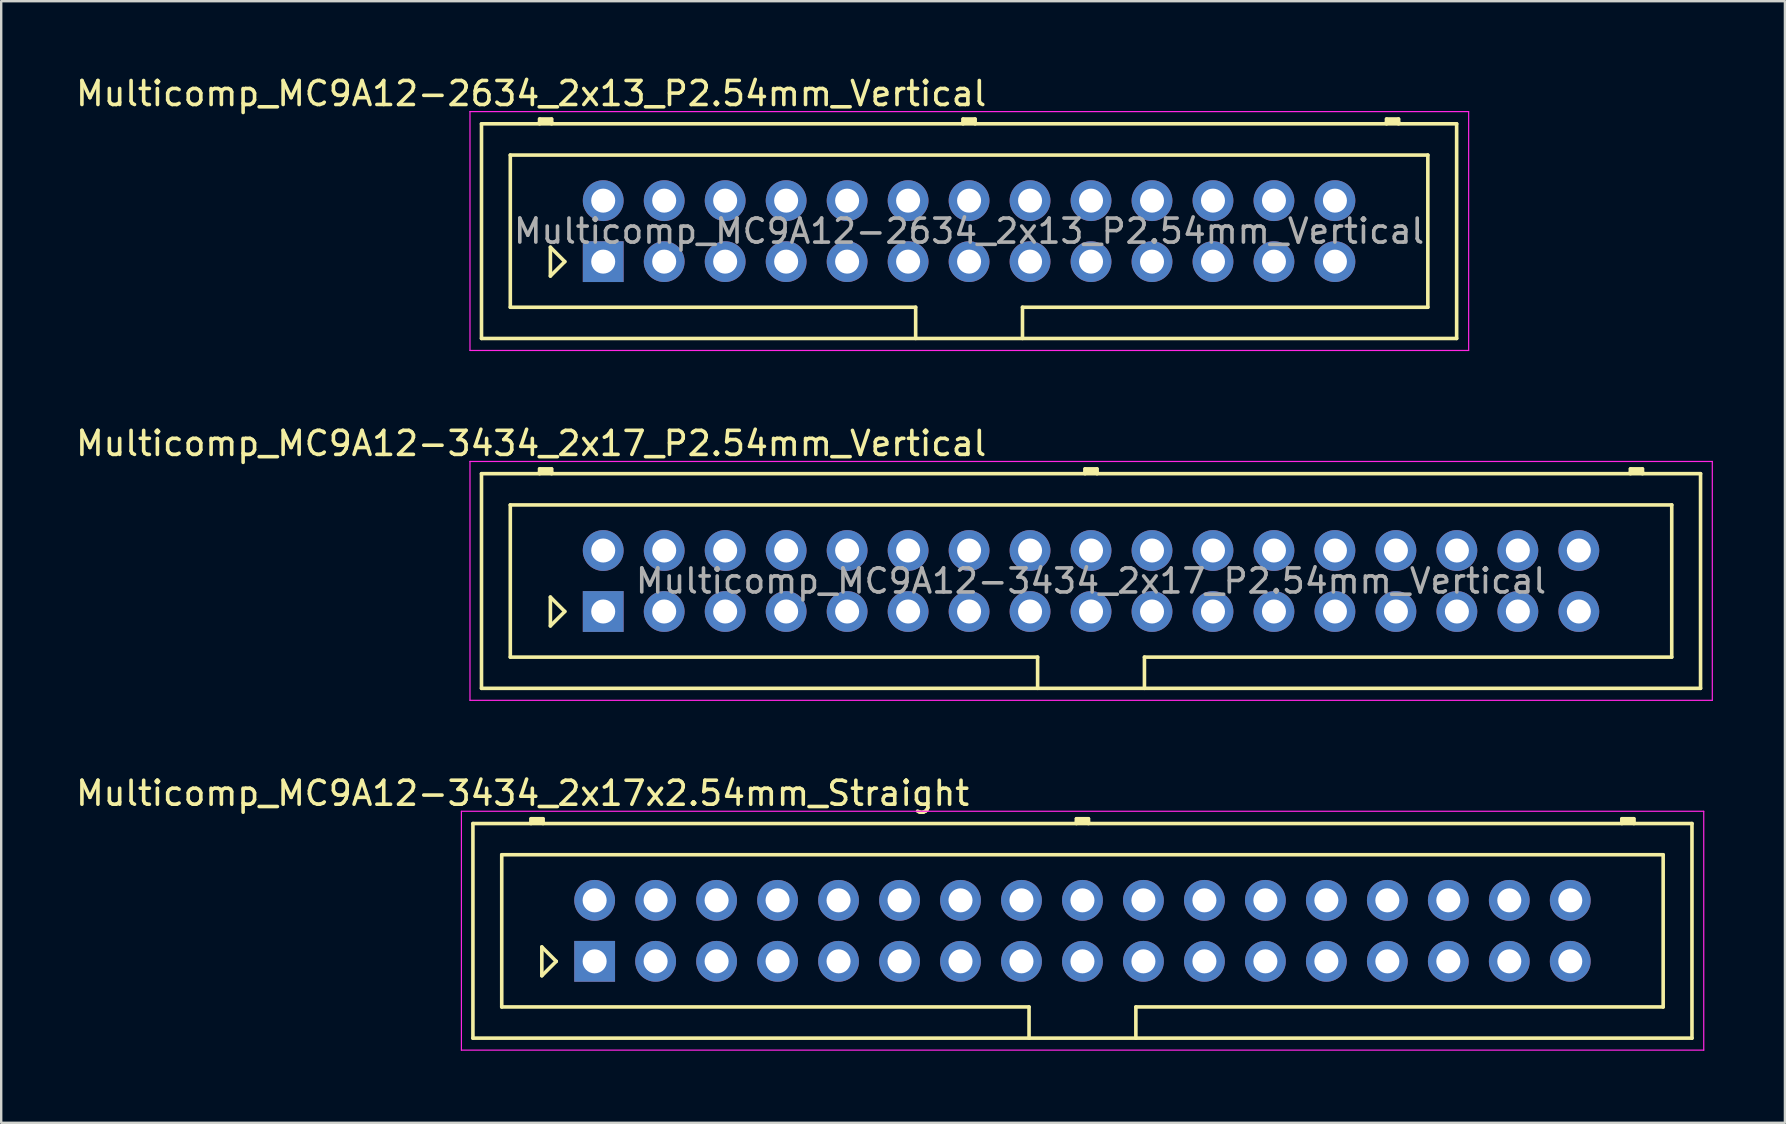
<source format=kicad_pcb>
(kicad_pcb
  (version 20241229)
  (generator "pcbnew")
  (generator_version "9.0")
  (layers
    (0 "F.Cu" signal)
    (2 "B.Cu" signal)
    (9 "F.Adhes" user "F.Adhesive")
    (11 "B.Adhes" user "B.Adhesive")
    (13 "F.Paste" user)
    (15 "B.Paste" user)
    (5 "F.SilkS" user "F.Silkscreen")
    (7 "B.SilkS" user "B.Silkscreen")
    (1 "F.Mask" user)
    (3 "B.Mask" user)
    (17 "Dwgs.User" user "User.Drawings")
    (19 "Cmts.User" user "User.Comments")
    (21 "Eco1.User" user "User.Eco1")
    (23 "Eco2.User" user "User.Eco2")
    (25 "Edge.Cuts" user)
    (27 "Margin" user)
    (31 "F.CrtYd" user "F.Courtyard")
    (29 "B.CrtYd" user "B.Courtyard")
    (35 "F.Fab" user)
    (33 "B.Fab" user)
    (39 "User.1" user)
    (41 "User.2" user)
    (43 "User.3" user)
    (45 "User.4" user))
  (footprint "Multicomp_MC9A12-2634_2x13_P2.54mm_Vertical"
    (layer "F.Cu")
    (at 22.077 7.848)
    (property "Reference" "Multicomp_MC9A12-2634_2x13_P2.54mm_Vertical" (at -3 -7 0) (layer "F.SilkS") (effects (font (size 1 1) (thickness 0.15))))
    (attr through_hole)
    (fp_line (start -5.07 -5.74) (end 35.55 -5.74) (stroke (width 0.15) (type solid)) (layer "F.SilkS"))
    (fp_line (start -5.07 3.2) (end -5.07 -5.74) (stroke (width 0.15) (type solid)) (layer "F.SilkS"))
    (fp_line (start -3.87 -4.44) (end 34.35 -4.44) (stroke (width 0.15) (type solid)) (layer "F.SilkS"))
    (fp_line (start -3.87 1.9) (end -3.87 -4.44) (stroke (width 0.15) (type solid)) (layer "F.SilkS"))
    (fp_line (start -2.65 -5.94) (end -2.15 -5.94) (stroke (width 0.15) (type solid)) (layer "F.SilkS"))
    (fp_line (start -2.65 -5.84) (end -2.15 -5.84) (stroke (width 0.15) (type solid)) (layer "F.SilkS"))
    (fp_line (start -2.65 -5.74) (end -2.65 -5.94) (stroke (width 0.15) (type solid)) (layer "F.SilkS"))
    (fp_line (start -2.2 -0.6) (end -1.6 0) (stroke (width 0.15) (type solid)) (layer "F.SilkS"))
    (fp_line (start -2.2 0.6) (end -2.2 -0.6) (stroke (width 0.15) (type solid)) (layer "F.SilkS"))
    (fp_line (start -2.15 -5.94) (end -2.15 -5.74) (stroke (width 0.15) (type solid)) (layer "F.SilkS"))
    (fp_line (start -1.6 0) (end -2.2 0.6) (stroke (width 0.15) (type solid)) (layer "F.SilkS"))
    (fp_line (start 13.015 1.9) (end -3.87 1.9) (stroke (width 0.15) (type solid)) (layer "F.SilkS"))
    (fp_line (start 13.015 3.2) (end 13.015 1.9) (stroke (width 0.15) (type solid)) (layer "F.SilkS"))
    (fp_line (start 14.99 -5.94) (end 15.49 -5.94) (stroke (width 0.15) (type solid)) (layer "F.SilkS"))
    (fp_line (start 14.99 -5.84) (end 15.49 -5.84) (stroke (width 0.15) (type solid)) (layer "F.SilkS"))
    (fp_line (start 14.99 -5.74) (end 14.99 -5.94) (stroke (width 0.15) (type solid)) (layer "F.SilkS"))
    (fp_line (start 15.49 -5.94) (end 15.49 -5.74) (stroke (width 0.15) (type solid)) (layer "F.SilkS"))
    (fp_line (start 17.465 1.9) (end 17.465 3.2) (stroke (width 0.15) (type solid)) (layer "F.SilkS"))
    (fp_line (start 32.63 -5.94) (end 33.13 -5.94) (stroke (width 0.15) (type solid)) (layer "F.SilkS"))
    (fp_line (start 32.63 -5.84) (end 33.13 -5.84) (stroke (width 0.15) (type solid)) (layer "F.SilkS"))
    (fp_line (start 32.63 -5.74) (end 32.63 -5.94) (stroke (width 0.15) (type solid)) (layer "F.SilkS"))
    (fp_line (start 33.13 -5.94) (end 33.13 -5.74) (stroke (width 0.15) (type solid)) (layer "F.SilkS"))
    (fp_line (start 34.35 -4.44) (end 34.35 1.9) (stroke (width 0.15) (type solid)) (layer "F.SilkS"))
    (fp_line (start 34.35 1.9) (end 17.465 1.9) (stroke (width 0.15) (type solid)) (layer "F.SilkS"))
    (fp_line (start 35.55 -5.74) (end 35.55 3.2) (stroke (width 0.15) (type solid)) (layer "F.SilkS"))
    (fp_line (start 35.55 3.2) (end -5.07 3.2) (stroke (width 0.15) (type solid)) (layer "F.SilkS"))
    (fp_line (start -5.55 -6.25) (end 36.05 -6.25) (stroke (width 0.05) (type solid)) (layer "F.CrtYd"))
    (fp_line (start -5.55 3.7) (end -5.55 -6.25) (stroke (width 0.05) (type solid)) (layer "F.CrtYd"))
    (fp_line (start 36.05 -6.25) (end 36.05 3.7) (stroke (width 0.05) (type solid)) (layer "F.CrtYd"))
    (fp_line (start 36.05 3.7) (end -5.55 3.7) (stroke (width 0.05) (type solid)) (layer "F.CrtYd"))
    (fp_text user "${REFERENCE}" (at 15.24 -1.27 0) (layer "F.Fab") (effects (font (size 1 1) (thickness 0.15))))
    (pad "1" thru_hole rect (at 0 0) (size 1.7 1.7) (drill 1) (layers "*.Cu" "*.Mask"))
    (pad "2" thru_hole circle (at 0 -2.54) (size 1.7 1.7) (drill 1) (layers "*.Cu" "*.Mask"))
    (pad "3" thru_hole circle (at 2.54 0) (size 1.7 1.7) (drill 1) (layers "*.Cu" "*.Mask"))
    (pad "4" thru_hole circle (at 2.54 -2.54) (size 1.7 1.7) (drill 1) (layers "*.Cu" "*.Mask"))
    (pad "5" thru_hole circle (at 5.08 0) (size 1.7 1.7) (drill 1) (layers "*.Cu" "*.Mask"))
    (pad "6" thru_hole circle (at 5.08 -2.54) (size 1.7 1.7) (drill 1) (layers "*.Cu" "*.Mask"))
    (pad "7" thru_hole circle (at 7.62 0) (size 1.7 1.7) (drill 1) (layers "*.Cu" "*.Mask"))
    (pad "8" thru_hole circle (at 7.62 -2.54) (size 1.7 1.7) (drill 1) (layers "*.Cu" "*.Mask"))
    (pad "9" thru_hole circle (at 10.16 0) (size 1.7 1.7) (drill 1) (layers "*.Cu" "*.Mask"))
    (pad "10" thru_hole circle (at 10.16 -2.54) (size 1.7 1.7) (drill 1) (layers "*.Cu" "*.Mask"))
    (pad "11" thru_hole circle (at 12.7 0) (size 1.7 1.7) (drill 1) (layers "*.Cu" "*.Mask"))
    (pad "12" thru_hole circle (at 12.7 -2.54) (size 1.7 1.7) (drill 1) (layers "*.Cu" "*.Mask"))
    (pad "13" thru_hole circle (at 15.24 0) (size 1.7 1.7) (drill 1) (layers "*.Cu" "*.Mask"))
    (pad "14" thru_hole circle (at 15.24 -2.54) (size 1.7 1.7) (drill 1) (layers "*.Cu" "*.Mask"))
    (pad "15" thru_hole circle (at 17.78 0) (size 1.7 1.7) (drill 1) (layers "*.Cu" "*.Mask"))
    (pad "16" thru_hole circle (at 17.78 -2.54) (size 1.7 1.7) (drill 1) (layers "*.Cu" "*.Mask"))
    (pad "17" thru_hole circle (at 20.32 0) (size 1.7 1.7) (drill 1) (layers "*.Cu" "*.Mask"))
    (pad "18" thru_hole circle (at 20.32 -2.54) (size 1.7 1.7) (drill 1) (layers "*.Cu" "*.Mask"))
    (pad "19" thru_hole circle (at 22.86 0) (size 1.7 1.7) (drill 1) (layers "*.Cu" "*.Mask"))
    (pad "20" thru_hole circle (at 22.86 -2.54) (size 1.7 1.7) (drill 1) (layers "*.Cu" "*.Mask"))
    (pad "21" thru_hole circle (at 25.4 0) (size 1.7 1.7) (drill 1) (layers "*.Cu" "*.Mask"))
    (pad "22" thru_hole circle (at 25.4 -2.54) (size 1.7 1.7) (drill 1) (layers "*.Cu" "*.Mask"))
    (pad "23" thru_hole circle (at 27.94 0) (size 1.7 1.7) (drill 1) (layers "*.Cu" "*.Mask"))
    (pad "24" thru_hole circle (at 27.94 -2.54) (size 1.7 1.7) (drill 1) (layers "*.Cu" "*.Mask"))
    (pad "25" thru_hole circle (at 30.48 0) (size 1.7 1.7) (drill 1) (layers "*.Cu" "*.Mask"))
    (pad "26" thru_hole circle (at 30.48 -2.54) (size 1.7 1.7) (drill 1) (layers "*.Cu" "*.Mask")))
  (footprint "Multicomp_MC9A12-3434_2x17_P2.54mm_Vertical"
    (layer "F.Cu")
    (at 22.077 22.422)
    (property "Reference" "Multicomp_MC9A12-3434_2x17_P2.54mm_Vertical" (at -3 -7 0) (layer "F.SilkS") (effects (font (size 1 1) (thickness 0.15))))
    (attr through_hole)
    (fp_line (start -5.07 -5.74) (end 45.71 -5.74) (stroke (width 0.15) (type solid)) (layer "F.SilkS"))
    (fp_line (start -5.07 3.2) (end -5.07 -5.74) (stroke (width 0.15) (type solid)) (layer "F.SilkS"))
    (fp_line (start -3.87 -4.44) (end 44.51 -4.44) (stroke (width 0.15) (type solid)) (layer "F.SilkS"))
    (fp_line (start -3.87 1.9) (end -3.87 -4.44) (stroke (width 0.15) (type solid)) (layer "F.SilkS"))
    (fp_line (start -2.65 -5.94) (end -2.15 -5.94) (stroke (width 0.15) (type solid)) (layer "F.SilkS"))
    (fp_line (start -2.65 -5.84) (end -2.15 -5.84) (stroke (width 0.15) (type solid)) (layer "F.SilkS"))
    (fp_line (start -2.65 -5.74) (end -2.65 -5.94) (stroke (width 0.15) (type solid)) (layer "F.SilkS"))
    (fp_line (start -2.2 -0.6) (end -1.6 0) (stroke (width 0.15) (type solid)) (layer "F.SilkS"))
    (fp_line (start -2.2 0.6) (end -2.2 -0.6) (stroke (width 0.15) (type solid)) (layer "F.SilkS"))
    (fp_line (start -2.15 -5.94) (end -2.15 -5.74) (stroke (width 0.15) (type solid)) (layer "F.SilkS"))
    (fp_line (start -1.6 0) (end -2.2 0.6) (stroke (width 0.15) (type solid)) (layer "F.SilkS"))
    (fp_line (start 18.095 1.9) (end -3.87 1.9) (stroke (width 0.15) (type solid)) (layer "F.SilkS"))
    (fp_line (start 18.095 3.2) (end 18.095 1.9) (stroke (width 0.15) (type solid)) (layer "F.SilkS"))
    (fp_line (start 20.07 -5.94) (end 20.57 -5.94) (stroke (width 0.15) (type solid)) (layer "F.SilkS"))
    (fp_line (start 20.07 -5.84) (end 20.57 -5.84) (stroke (width 0.15) (type solid)) (layer "F.SilkS"))
    (fp_line (start 20.07 -5.74) (end 20.07 -5.94) (stroke (width 0.15) (type solid)) (layer "F.SilkS"))
    (fp_line (start 20.57 -5.94) (end 20.57 -5.74) (stroke (width 0.15) (type solid)) (layer "F.SilkS"))
    (fp_line (start 22.545 1.9) (end 22.545 3.2) (stroke (width 0.15) (type solid)) (layer "F.SilkS"))
    (fp_line (start 42.79 -5.94) (end 43.29 -5.94) (stroke (width 0.15) (type solid)) (layer "F.SilkS"))
    (fp_line (start 42.79 -5.84) (end 43.29 -5.84) (stroke (width 0.15) (type solid)) (layer "F.SilkS"))
    (fp_line (start 42.79 -5.74) (end 42.79 -5.94) (stroke (width 0.15) (type solid)) (layer "F.SilkS"))
    (fp_line (start 43.29 -5.94) (end 43.29 -5.74) (stroke (width 0.15) (type solid)) (layer "F.SilkS"))
    (fp_line (start 44.51 -4.44) (end 44.51 1.9) (stroke (width 0.15) (type solid)) (layer "F.SilkS"))
    (fp_line (start 44.51 1.9) (end 22.545 1.9) (stroke (width 0.15) (type solid)) (layer "F.SilkS"))
    (fp_line (start 45.71 -5.74) (end 45.71 3.2) (stroke (width 0.15) (type solid)) (layer "F.SilkS"))
    (fp_line (start 45.71 3.2) (end -5.07 3.2) (stroke (width 0.15) (type solid)) (layer "F.SilkS"))
    (fp_line (start -5.55 -6.25) (end 46.2 -6.25) (stroke (width 0.05) (type solid)) (layer "F.CrtYd"))
    (fp_line (start -5.55 3.7) (end -5.55 -6.25) (stroke (width 0.05) (type solid)) (layer "F.CrtYd"))
    (fp_line (start 46.2 -6.25) (end 46.2 3.7) (stroke (width 0.05) (type solid)) (layer "F.CrtYd"))
    (fp_line (start 46.2 3.7) (end -5.55 3.7) (stroke (width 0.05) (type solid)) (layer "F.CrtYd"))
    (fp_text user "${REFERENCE}" (at 20.32 -1.27 0) (layer "F.Fab") (effects (font (size 1 1) (thickness 0.15))))
    (pad "1" thru_hole rect (at 0 0) (size 1.7 1.7) (drill 1) (layers "*.Cu" "*.Mask"))
    (pad "2" thru_hole circle (at 0 -2.54) (size 1.7 1.7) (drill 1) (layers "*.Cu" "*.Mask"))
    (pad "3" thru_hole circle (at 2.54 0) (size 1.7 1.7) (drill 1) (layers "*.Cu" "*.Mask"))
    (pad "4" thru_hole circle (at 2.54 -2.54) (size 1.7 1.7) (drill 1) (layers "*.Cu" "*.Mask"))
    (pad "5" thru_hole circle (at 5.08 0) (size 1.7 1.7) (drill 1) (layers "*.Cu" "*.Mask"))
    (pad "6" thru_hole circle (at 5.08 -2.54) (size 1.7 1.7) (drill 1) (layers "*.Cu" "*.Mask"))
    (pad "7" thru_hole circle (at 7.62 0) (size 1.7 1.7) (drill 1) (layers "*.Cu" "*.Mask"))
    (pad "8" thru_hole circle (at 7.62 -2.54) (size 1.7 1.7) (drill 1) (layers "*.Cu" "*.Mask"))
    (pad "9" thru_hole circle (at 10.16 0) (size 1.7 1.7) (drill 1) (layers "*.Cu" "*.Mask"))
    (pad "10" thru_hole circle (at 10.16 -2.54) (size 1.7 1.7) (drill 1) (layers "*.Cu" "*.Mask"))
    (pad "11" thru_hole circle (at 12.7 0) (size 1.7 1.7) (drill 1) (layers "*.Cu" "*.Mask"))
    (pad "12" thru_hole circle (at 12.7 -2.54) (size 1.7 1.7) (drill 1) (layers "*.Cu" "*.Mask"))
    (pad "13" thru_hole circle (at 15.24 0) (size 1.7 1.7) (drill 1) (layers "*.Cu" "*.Mask"))
    (pad "14" thru_hole circle (at 15.24 -2.54) (size 1.7 1.7) (drill 1) (layers "*.Cu" "*.Mask"))
    (pad "15" thru_hole circle (at 17.78 0) (size 1.7 1.7) (drill 1) (layers "*.Cu" "*.Mask"))
    (pad "16" thru_hole circle (at 17.78 -2.54) (size 1.7 1.7) (drill 1) (layers "*.Cu" "*.Mask"))
    (pad "17" thru_hole circle (at 20.32 0) (size 1.7 1.7) (drill 1) (layers "*.Cu" "*.Mask"))
    (pad "18" thru_hole circle (at 20.32 -2.54) (size 1.7 1.7) (drill 1) (layers "*.Cu" "*.Mask"))
    (pad "19" thru_hole circle (at 22.86 0) (size 1.7 1.7) (drill 1) (layers "*.Cu" "*.Mask"))
    (pad "20" thru_hole circle (at 22.86 -2.54) (size 1.7 1.7) (drill 1) (layers "*.Cu" "*.Mask"))
    (pad "21" thru_hole circle (at 25.4 0) (size 1.7 1.7) (drill 1) (layers "*.Cu" "*.Mask"))
    (pad "22" thru_hole circle (at 25.4 -2.54) (size 1.7 1.7) (drill 1) (layers "*.Cu" "*.Mask"))
    (pad "23" thru_hole circle (at 27.94 0) (size 1.7 1.7) (drill 1) (layers "*.Cu" "*.Mask"))
    (pad "24" thru_hole circle (at 27.94 -2.54) (size 1.7 1.7) (drill 1) (layers "*.Cu" "*.Mask"))
    (pad "25" thru_hole circle (at 30.48 0) (size 1.7 1.7) (drill 1) (layers "*.Cu" "*.Mask"))
    (pad "26" thru_hole circle (at 30.48 -2.54) (size 1.7 1.7) (drill 1) (layers "*.Cu" "*.Mask"))
    (pad "27" thru_hole circle (at 33.02 0) (size 1.7 1.7) (drill 1) (layers "*.Cu" "*.Mask"))
    (pad "28" thru_hole circle (at 33.02 -2.54) (size 1.7 1.7) (drill 1) (layers "*.Cu" "*.Mask"))
    (pad "29" thru_hole circle (at 35.56 0) (size 1.7 1.7) (drill 1) (layers "*.Cu" "*.Mask"))
    (pad "30" thru_hole circle (at 35.56 -2.54) (size 1.7 1.7) (drill 1) (layers "*.Cu" "*.Mask"))
    (pad "31" thru_hole circle (at 38.1 0) (size 1.7 1.7) (drill 1) (layers "*.Cu" "*.Mask"))
    (pad "32" thru_hole circle (at 38.1 -2.54) (size 1.7 1.7) (drill 1) (layers "*.Cu" "*.Mask"))
    (pad "33" thru_hole circle (at 40.64 0) (size 1.7 1.7) (drill 1) (layers "*.Cu" "*.Mask"))
    (pad "34" thru_hole circle (at 40.64 -2.54) (size 1.7 1.7) (drill 1) (layers "*.Cu" "*.Mask")))
  (footprint "Multicomp_MC9A12-3434_2x17x2.54mm_Straight"
    (layer "F.Cu")
    (at 21.72 36.995)
    (property "Reference" "Multicomp_MC9A12-3434_2x17x2.54mm_Straight" (at -3 -7 0) (layer "F.SilkS") (effects (font (size 1 1) (thickness 0.15))))
    (attr through_hole)
    (fp_line (start -5.07 -5.74) (end 45.71 -5.74) (stroke (width 0.15) (type solid)) (layer "F.SilkS"))
    (fp_line (start -5.07 3.2) (end -5.07 -5.74) (stroke (width 0.15) (type solid)) (layer "F.SilkS"))
    (fp_line (start -3.87 -4.44) (end 44.51 -4.44) (stroke (width 0.15) (type solid)) (layer "F.SilkS"))
    (fp_line (start -3.87 1.9) (end -3.87 -4.44) (stroke (width 0.15) (type solid)) (layer "F.SilkS"))
    (fp_line (start -2.65 -5.94) (end -2.15 -5.94) (stroke (width 0.15) (type solid)) (layer "F.SilkS"))
    (fp_line (start -2.65 -5.84) (end -2.15 -5.84) (stroke (width 0.15) (type solid)) (layer "F.SilkS"))
    (fp_line (start -2.65 -5.74) (end -2.65 -5.94) (stroke (width 0.15) (type solid)) (layer "F.SilkS"))
    (fp_line (start -2.2 -0.6) (end -1.6 0) (stroke (width 0.15) (type solid)) (layer "F.SilkS"))
    (fp_line (start -2.2 0.6) (end -2.2 -0.6) (stroke (width 0.15) (type solid)) (layer "F.SilkS"))
    (fp_line (start -2.15 -5.94) (end -2.15 -5.74) (stroke (width 0.15) (type solid)) (layer "F.SilkS"))
    (fp_line (start -1.6 0) (end -2.2 0.6) (stroke (width 0.15) (type solid)) (layer "F.SilkS"))
    (fp_line (start 18.095 1.9) (end -3.87 1.9) (stroke (width 0.15) (type solid)) (layer "F.SilkS"))
    (fp_line (start 18.095 3.2) (end 18.095 1.9) (stroke (width 0.15) (type solid)) (layer "F.SilkS"))
    (fp_line (start 20.07 -5.94) (end 20.57 -5.94) (stroke (width 0.15) (type solid)) (layer "F.SilkS"))
    (fp_line (start 20.07 -5.84) (end 20.57 -5.84) (stroke (width 0.15) (type solid)) (layer "F.SilkS"))
    (fp_line (start 20.07 -5.74) (end 20.07 -5.94) (stroke (width 0.15) (type solid)) (layer "F.SilkS"))
    (fp_line (start 20.57 -5.94) (end 20.57 -5.74) (stroke (width 0.15) (type solid)) (layer "F.SilkS"))
    (fp_line (start 22.545 1.9) (end 22.545 3.2) (stroke (width 0.15) (type solid)) (layer "F.SilkS"))
    (fp_line (start 42.79 -5.94) (end 43.29 -5.94) (stroke (width 0.15) (type solid)) (layer "F.SilkS"))
    (fp_line (start 42.79 -5.84) (end 43.29 -5.84) (stroke (width 0.15) (type solid)) (layer "F.SilkS"))
    (fp_line (start 42.79 -5.74) (end 42.79 -5.94) (stroke (width 0.15) (type solid)) (layer "F.SilkS"))
    (fp_line (start 43.29 -5.94) (end 43.29 -5.74) (stroke (width 0.15) (type solid)) (layer "F.SilkS"))
    (fp_line (start 44.51 -4.44) (end 44.51 1.9) (stroke (width 0.15) (type solid)) (layer "F.SilkS"))
    (fp_line (start 44.51 1.9) (end 22.545 1.9) (stroke (width 0.15) (type solid)) (layer "F.SilkS"))
    (fp_line (start 45.71 -5.74) (end 45.71 3.2) (stroke (width 0.15) (type solid)) (layer "F.SilkS"))
    (fp_line (start 45.71 3.2) (end -5.07 3.2) (stroke (width 0.15) (type solid)) (layer "F.SilkS"))
    (fp_line (start -5.55 -6.25) (end 46.2 -6.25) (stroke (width 0.05) (type solid)) (layer "F.CrtYd"))
    (fp_line (start -5.55 3.7) (end -5.55 -6.25) (stroke (width 0.05) (type solid)) (layer "F.CrtYd"))
    (fp_line (start 46.2 -6.25) (end 46.2 3.7) (stroke (width 0.05) (type solid)) (layer "F.CrtYd"))
    (fp_line (start 46.2 3.7) (end -5.55 3.7) (stroke (width 0.05) (type solid)) (layer "F.CrtYd"))
    (pad "1" thru_hole rect (at 0 0) (size 1.7 1.7) (drill 1) (layers "*.Cu" "*.Mask"))
    (pad "2" thru_hole circle (at 0 -2.54) (size 1.7 1.7) (drill 1) (layers "*.Cu" "*.Mask"))
    (pad "3" thru_hole circle (at 2.54 0) (size 1.7 1.7) (drill 1) (layers "*.Cu" "*.Mask"))
    (pad "4" thru_hole circle (at 2.54 -2.54) (size 1.7 1.7) (drill 1) (layers "*.Cu" "*.Mask"))
    (pad "5" thru_hole circle (at 5.08 0) (size 1.7 1.7) (drill 1) (layers "*.Cu" "*.Mask"))
    (pad "6" thru_hole circle (at 5.08 -2.54) (size 1.7 1.7) (drill 1) (layers "*.Cu" "*.Mask"))
    (pad "7" thru_hole circle (at 7.62 0) (size 1.7 1.7) (drill 1) (layers "*.Cu" "*.Mask"))
    (pad "8" thru_hole circle (at 7.62 -2.54) (size 1.7 1.7) (drill 1) (layers "*.Cu" "*.Mask"))
    (pad "9" thru_hole circle (at 10.16 0) (size 1.7 1.7) (drill 1) (layers "*.Cu" "*.Mask"))
    (pad "10" thru_hole circle (at 10.16 -2.54) (size 1.7 1.7) (drill 1) (layers "*.Cu" "*.Mask"))
    (pad "11" thru_hole circle (at 12.7 0) (size 1.7 1.7) (drill 1) (layers "*.Cu" "*.Mask"))
    (pad "12" thru_hole circle (at 12.7 -2.54) (size 1.7 1.7) (drill 1) (layers "*.Cu" "*.Mask"))
    (pad "13" thru_hole circle (at 15.24 0) (size 1.7 1.7) (drill 1) (layers "*.Cu" "*.Mask"))
    (pad "14" thru_hole circle (at 15.24 -2.54) (size 1.7 1.7) (drill 1) (layers "*.Cu" "*.Mask"))
    (pad "15" thru_hole circle (at 17.78 0) (size 1.7 1.7) (drill 1) (layers "*.Cu" "*.Mask"))
    (pad "16" thru_hole circle (at 17.78 -2.54) (size 1.7 1.7) (drill 1) (layers "*.Cu" "*.Mask"))
    (pad "17" thru_hole circle (at 20.32 0) (size 1.7 1.7) (drill 1) (layers "*.Cu" "*.Mask"))
    (pad "18" thru_hole circle (at 20.32 -2.54) (size 1.7 1.7) (drill 1) (layers "*.Cu" "*.Mask"))
    (pad "19" thru_hole circle (at 22.86 0) (size 1.7 1.7) (drill 1) (layers "*.Cu" "*.Mask"))
    (pad "20" thru_hole circle (at 22.86 -2.54) (size 1.7 1.7) (drill 1) (layers "*.Cu" "*.Mask"))
    (pad "21" thru_hole circle (at 25.4 0) (size 1.7 1.7) (drill 1) (layers "*.Cu" "*.Mask"))
    (pad "22" thru_hole circle (at 25.4 -2.54) (size 1.7 1.7) (drill 1) (layers "*.Cu" "*.Mask"))
    (pad "23" thru_hole circle (at 27.94 0) (size 1.7 1.7) (drill 1) (layers "*.Cu" "*.Mask"))
    (pad "24" thru_hole circle (at 27.94 -2.54) (size 1.7 1.7) (drill 1) (layers "*.Cu" "*.Mask"))
    (pad "25" thru_hole circle (at 30.48 0) (size 1.7 1.7) (drill 1) (layers "*.Cu" "*.Mask"))
    (pad "26" thru_hole circle (at 30.48 -2.54) (size 1.7 1.7) (drill 1) (layers "*.Cu" "*.Mask"))
    (pad "27" thru_hole circle (at 33.02 0) (size 1.7 1.7) (drill 1) (layers "*.Cu" "*.Mask"))
    (pad "28" thru_hole circle (at 33.02 -2.54) (size 1.7 1.7) (drill 1) (layers "*.Cu" "*.Mask"))
    (pad "29" thru_hole circle (at 35.56 0) (size 1.7 1.7) (drill 1) (layers "*.Cu" "*.Mask"))
    (pad "30" thru_hole circle (at 35.56 -2.54) (size 1.7 1.7) (drill 1) (layers "*.Cu" "*.Mask"))
    (pad "31" thru_hole circle (at 38.1 0) (size 1.7 1.7) (drill 1) (layers "*.Cu" "*.Mask"))
    (pad "32" thru_hole circle (at 38.1 -2.54) (size 1.7 1.7) (drill 1) (layers "*.Cu" "*.Mask"))
    (pad "33" thru_hole circle (at 40.64 0) (size 1.7 1.7) (drill 1) (layers "*.Cu" "*.Mask"))
    (pad "34" thru_hole circle (at 40.64 -2.54) (size 1.7 1.7) (drill 1) (layers "*.Cu" "*.Mask")))
  (gr_rect
    (start -3 -3)
    (end 71.302 43.72)
    (stroke (width 0.1) (type default))
    (fill no)
    (layer "Edge.Cuts")))
</source>
